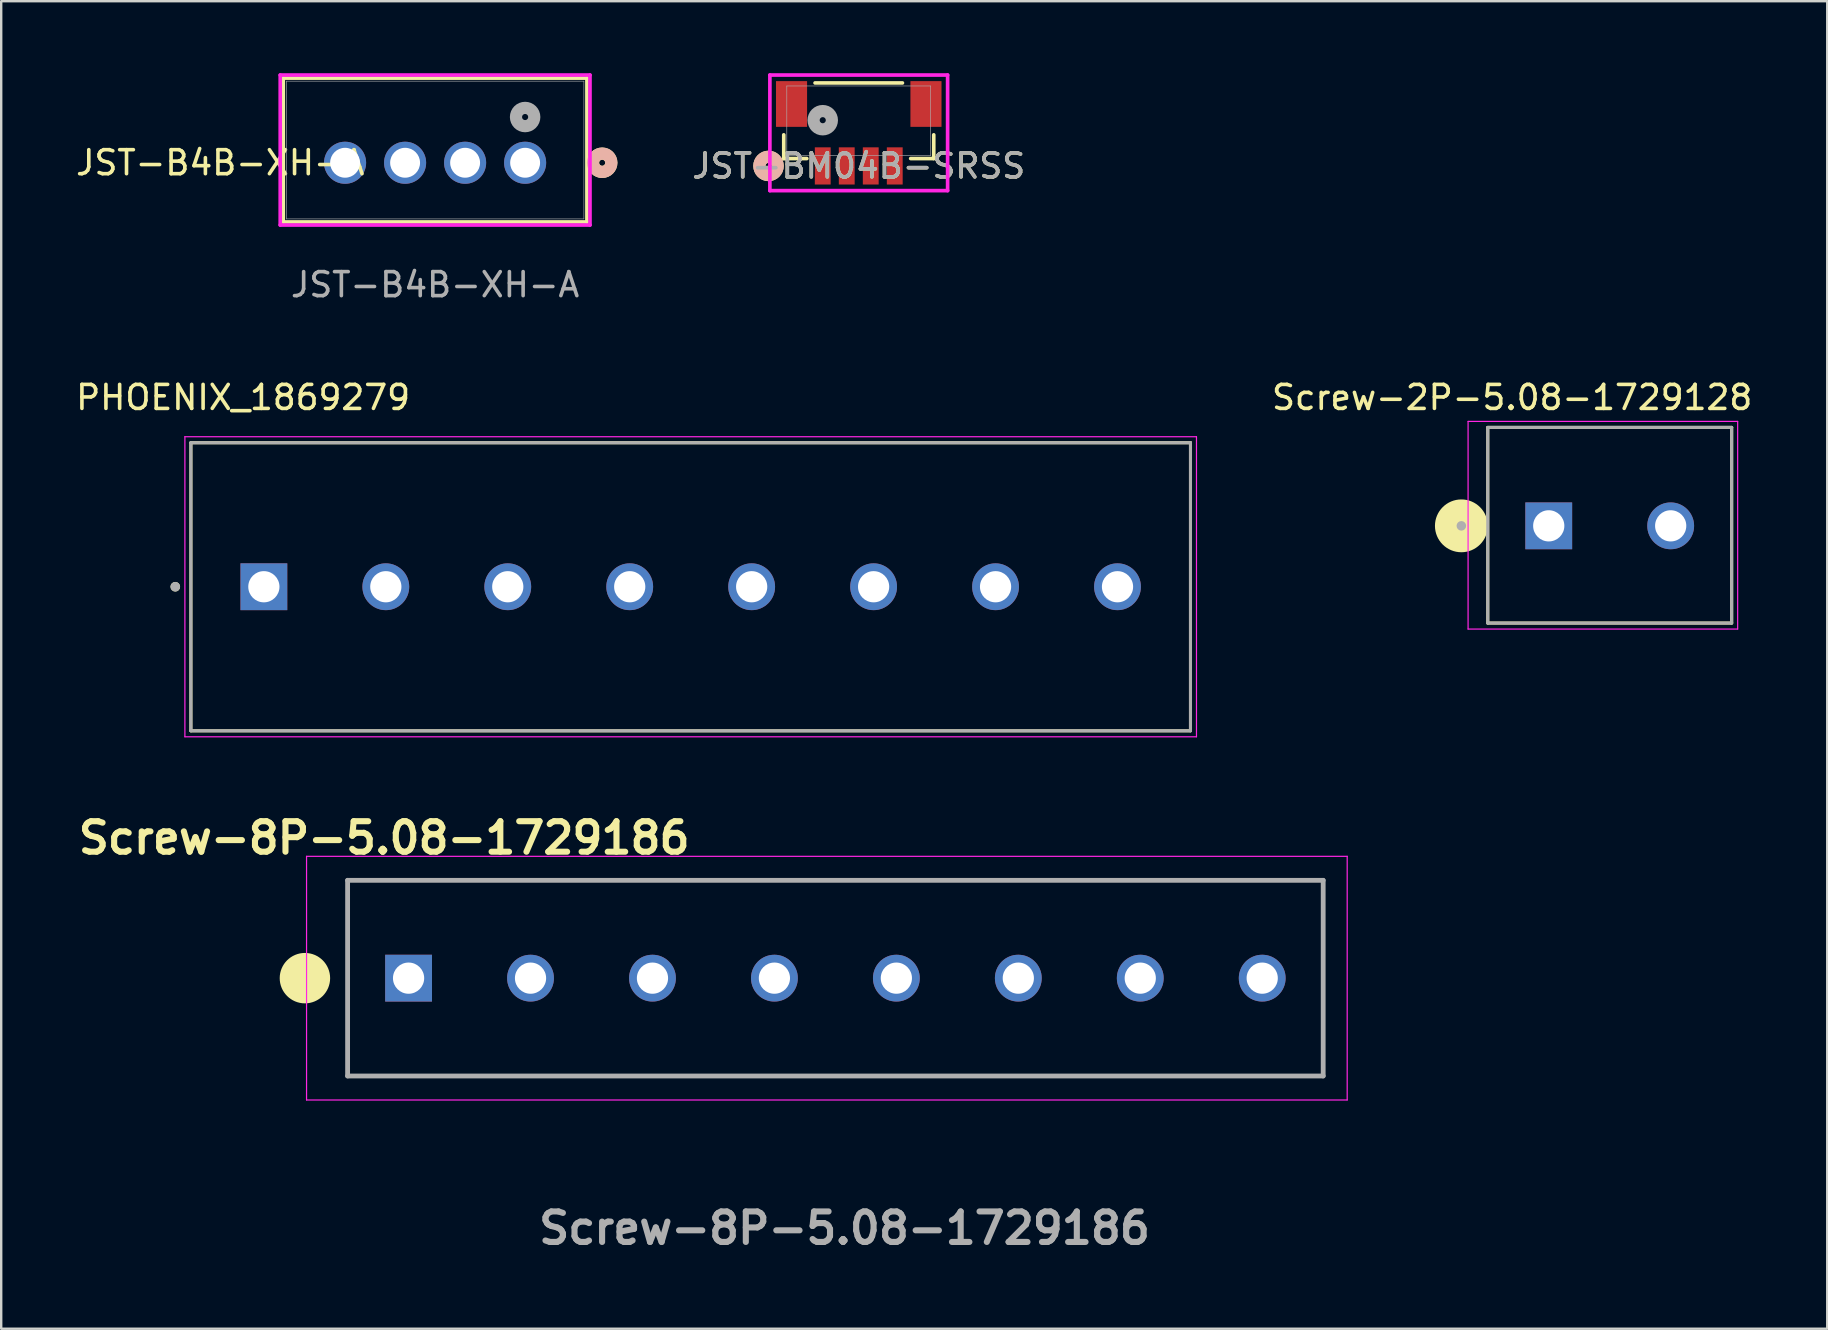
<source format=kicad_pcb>
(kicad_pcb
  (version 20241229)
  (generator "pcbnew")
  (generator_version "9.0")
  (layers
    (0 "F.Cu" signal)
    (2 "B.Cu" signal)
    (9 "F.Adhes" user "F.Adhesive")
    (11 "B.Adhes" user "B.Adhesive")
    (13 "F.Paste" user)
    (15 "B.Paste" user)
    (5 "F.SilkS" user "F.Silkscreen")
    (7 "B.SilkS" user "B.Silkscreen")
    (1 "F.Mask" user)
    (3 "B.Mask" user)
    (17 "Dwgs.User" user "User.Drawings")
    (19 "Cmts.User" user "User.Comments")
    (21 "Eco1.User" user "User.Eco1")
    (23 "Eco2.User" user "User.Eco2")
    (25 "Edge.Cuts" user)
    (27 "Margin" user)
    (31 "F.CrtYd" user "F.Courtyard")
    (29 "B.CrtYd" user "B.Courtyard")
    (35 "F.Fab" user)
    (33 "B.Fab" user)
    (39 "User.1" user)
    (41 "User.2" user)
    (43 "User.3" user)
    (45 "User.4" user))
  (footprint "JST-BM04B-SRSS"
    (layer "F.Cu")
    (at 32.723 1.98)
    (property "Reference" "JST-BM04B-SRSS" (at 0 1.882 0) (unlocked yes) (layer "F.SilkS") (effects (font (size 1 1) (thickness 0.15))))
    (attr smd)
    (fp_line (start -3.124 0.587) (end -3.124 1.575) (stroke (width 0.152) (type solid)) (layer "F.SilkS"))
    (fp_line (start -3.124 1.575) (end -2.163 1.575) (stroke (width 0.152) (type solid)) (layer "F.SilkS"))
    (fp_line (start 1.82 -1.575) (end -1.82 -1.575) (stroke (width 0.152) (type solid)) (layer "F.SilkS"))
    (fp_line (start 2.163 1.575) (end 3.124 1.575) (stroke (width 0.152) (type solid)) (layer "F.SilkS"))
    (fp_line (start 3.124 1.575) (end 3.124 0.587) (stroke (width 0.152) (type solid)) (layer "F.SilkS"))
    (fp_circle (center -3.759 1.882) (end -3.378 1.882) (stroke (width 0.508) (type solid)) (fill no) (layer "F.SilkS"))
    (fp_circle (center -3.759 1.882) (end -3.378 1.882) (stroke (width 0.508) (type solid)) (fill no) (layer "B.SilkS"))
    (fp_line (start -3.702 -1.904) (end -3.702 2.911) (stroke (width 0.152) (type solid)) (layer "F.CrtYd"))
    (fp_line (start -3.702 2.911) (end 3.702 2.911) (stroke (width 0.152) (type solid)) (layer "F.CrtYd"))
    (fp_line (start 3.702 -1.904) (end -3.702 -1.904) (stroke (width 0.152) (type solid)) (layer "F.CrtYd"))
    (fp_line (start 3.702 2.911) (end 3.702 -1.904) (stroke (width 0.152) (type solid)) (layer "F.CrtYd"))
    (fp_line (start -2.997 -1.448) (end -2.997 1.448) (stroke (width 0.025) (type solid)) (layer "F.Fab"))
    (fp_line (start -2.997 1.448) (end 2.997 1.448) (stroke (width 0.025) (type solid)) (layer "F.Fab"))
    (fp_line (start 2.997 -1.448) (end -2.997 -1.448) (stroke (width 0.025) (type solid)) (layer "F.Fab"))
    (fp_line (start 2.997 1.448) (end 2.997 -1.448) (stroke (width 0.025) (type solid)) (layer "F.Fab"))
    (fp_circle (center -1.5 -0.023) (end -1.119 -0.023) (stroke (width 0.508) (type solid)) (fill no) (layer "F.Fab"))
    (fp_text user "${REFERENCE}" (at 0 1.882 0) (unlocked yes) (layer "F.Fab") (effects (font (size 1 1) (thickness 0.15))))
    (pad "1" smd rect (at -1.5 1.882) (size 0.66 1.549) (layers "F.Cu" "F.Mask" "F.Paste"))
    (pad "2" smd rect (at -0.5 1.882) (size 0.66 1.549) (layers "F.Cu" "F.Mask" "F.Paste"))
    (pad "3" smd rect (at 0.5 1.882) (size 0.66 1.549) (layers "F.Cu" "F.Mask" "F.Paste"))
    (pad "4" smd rect (at 1.5 1.882) (size 0.66 1.549) (layers "F.Cu" "F.Mask" "F.Paste"))
    (pad "5" smd rect (at -2.8 -0.698) (size 1.295 1.905) (layers "F.Cu" "F.Mask" "F.Paste"))
    (pad "6" smd rect (at 2.8 -0.698) (size 1.295 1.905) (layers "F.Cu" "F.Mask" "F.Paste")))
  (footprint "Screw-2P-5.08-1729128"
    (layer "F.Cu")
    (at 58.926 22.905)
    (property "Reference" "Screw-2P-5.08-1729128" (at 1.016 -9.398 0) (layer "F.SilkS") (effects (font (size 1 1) (thickness 0.15))))
    (attr through_hole)
    (fp_line (start 0 -8.15) (end 0 0) (stroke (width 0.127) (type solid)) (layer "F.SilkS"))
    (fp_line (start 0 0) (end 10.16 0) (stroke (width 0.127) (type solid)) (layer "F.SilkS"))
    (fp_line (start 10.16 -8.15) (end 0 -8.15) (stroke (width 0.127) (type solid)) (layer "F.SilkS"))
    (fp_line (start 10.16 0) (end 10.16 -8.15) (stroke (width 0.127) (type solid)) (layer "F.SilkS"))
    (fp_circle (center -1.1 -4.05) (end -0.1 -4.05) (stroke (width 0.2) (type solid)) (fill yes) (layer "F.SilkS"))
    (fp_line (start -0.82 -8.4) (end -0.82 0.25) (stroke (width 0.05) (type solid)) (layer "F.CrtYd"))
    (fp_line (start -0.82 0.25) (end 10.41 0.25) (stroke (width 0.05) (type solid)) (layer "F.CrtYd"))
    (fp_line (start 10.41 -8.4) (end -0.82 -8.4) (stroke (width 0.05) (type solid)) (layer "F.CrtYd"))
    (fp_line (start 10.41 0.25) (end 10.41 -8.4) (stroke (width 0.05) (type solid)) (layer "F.CrtYd"))
    (fp_line (start 0 -8.15) (end 0 0) (stroke (width 0.127) (type solid)) (layer "F.Fab"))
    (fp_line (start 0 0) (end 10.16 0) (stroke (width 0.127) (type solid)) (layer "F.Fab"))
    (fp_line (start 10.16 -8.15) (end 0 -8.15) (stroke (width 0.127) (type solid)) (layer "F.Fab"))
    (fp_line (start 10.16 0) (end 10.16 -8.15) (stroke (width 0.127) (type solid)) (layer "F.Fab"))
    (fp_circle (center -1.1 -4.05) (end -1 -4.05) (stroke (width 0.2) (type solid)) (fill no) (layer "F.Fab"))
    (pad "1" thru_hole rect (at 2.54 -4.05) (size 1.95 1.95) (drill 1.3) (layers "*.Cu" "*.Mask"))
    (pad "2" thru_hole circle (at 7.62 -4.05) (size 1.95 1.95) (drill 1.3) (layers "*.Cu" "*.Mask")))
  (footprint "PHOENIX_1869279"
    (layer "F.Cu")
    (at 4.902 27.392)
    (property "Reference" "PHOENIX_1869279" (at 2.175 -13.885 0) (layer "F.SilkS") (effects (font (size 1 1) (thickness 0.15))))
    (attr through_hole)
    (fp_line (start 0 0) (end 0 -12) (stroke (width 0.127) (type solid)) (layer "F.SilkS"))
    (fp_line (start 41.64 -12) (end 0 -12) (stroke (width 0.127) (type solid)) (layer "F.SilkS"))
    (fp_line (start 41.64 -12) (end 41.64 0) (stroke (width 0.127) (type solid)) (layer "F.SilkS"))
    (fp_line (start 41.64 0) (end 0 0) (stroke (width 0.127) (type solid)) (layer "F.SilkS"))
    (fp_circle (center -0.65 -6) (end -0.55 -6) (stroke (width 0.2) (type solid)) (fill no) (layer "F.SilkS"))
    (fp_line (start -0.25 -12.25) (end 41.89 -12.25) (stroke (width 0.05) (type solid)) (layer "F.CrtYd"))
    (fp_line (start -0.25 0.25) (end -0.25 -12.25) (stroke (width 0.05) (type solid)) (layer "F.CrtYd"))
    (fp_line (start 41.89 -12.25) (end 41.89 0.25) (stroke (width 0.05) (type solid)) (layer "F.CrtYd"))
    (fp_line (start 41.89 0.25) (end -0.25 0.25) (stroke (width 0.05) (type solid)) (layer "F.CrtYd"))
    (fp_line (start 0 -12) (end 41.64 -12) (stroke (width 0.127) (type solid)) (layer "F.Fab"))
    (fp_line (start 0 0) (end 0 -12) (stroke (width 0.127) (type solid)) (layer "F.Fab"))
    (fp_line (start 41.64 -12) (end 41.64 0) (stroke (width 0.127) (type solid)) (layer "F.Fab"))
    (fp_line (start 41.64 0) (end 0 0) (stroke (width 0.127) (type solid)) (layer "F.Fab"))
    (fp_circle (center -0.65 -6) (end -0.55 -6) (stroke (width 0.2) (type solid)) (fill no) (layer "F.Fab"))
    (pad "01" thru_hole rect (at 3.04 -6) (size 1.95 1.95) (drill 1.3) (layers "*.Cu" "*.Mask"))
    (pad "02" thru_hole circle (at 8.12 -6) (size 1.95 1.95) (drill 1.3) (layers "*.Cu" "*.Mask"))
    (pad "03" thru_hole circle (at 13.2 -6) (size 1.95 1.95) (drill 1.3) (layers "*.Cu" "*.Mask"))
    (pad "04" thru_hole circle (at 18.28 -6) (size 1.95 1.95) (drill 1.3) (layers "*.Cu" "*.Mask"))
    (pad "05" thru_hole circle (at 23.36 -6) (size 1.95 1.95) (drill 1.3) (layers "*.Cu" "*.Mask"))
    (pad "06" thru_hole circle (at 28.44 -6) (size 1.95 1.95) (drill 1.3) (layers "*.Cu" "*.Mask"))
    (pad "07" thru_hole circle (at 33.52 -6) (size 1.95 1.95) (drill 1.3) (layers "*.Cu" "*.Mask"))
    (pad "08" thru_hole circle (at 38.6 -6) (size 1.95 1.95) (drill 1.3) (layers "*.Cu" "*.Mask")))
  (footprint "JST-B4B-XH-A"
    (layer "F.Cu")
    (at 18.825 3.73)
    (property "Reference" "JST-B4B-XH-A" (at -12.7 0 0) (unlocked yes) (layer "F.SilkS") (effects (font (size 1 1) (thickness 0.15))))
    (attr through_hole)
    (fp_line (start -10.075 -3.527) (end -10.075 2.467) (stroke (width 0.152) (type solid)) (layer "F.SilkS"))
    (fp_line (start -10.075 2.467) (end 2.575 2.467) (stroke (width 0.152) (type solid)) (layer "F.SilkS"))
    (fp_line (start 2.575 -3.527) (end -10.075 -3.527) (stroke (width 0.152) (type solid)) (layer "F.SilkS"))
    (fp_line (start 2.575 2.467) (end 2.575 -3.527) (stroke (width 0.152) (type solid)) (layer "F.SilkS"))
    (fp_circle (center 3.21 0) (end 3.591 0) (stroke (width 0.508) (type solid)) (fill no) (layer "F.SilkS"))
    (fp_circle (center 3.21 0) (end 3.591 0) (stroke (width 0.508) (type solid)) (fill no) (layer "B.SilkS"))
    (fp_line (start -10.202 -3.654) (end -10.202 2.594) (stroke (width 0.152) (type solid)) (layer "F.CrtYd"))
    (fp_line (start -10.202 2.594) (end 2.702 2.594) (stroke (width 0.152) (type solid)) (layer "F.CrtYd"))
    (fp_line (start 2.702 -3.654) (end -10.202 -3.654) (stroke (width 0.152) (type solid)) (layer "F.CrtYd"))
    (fp_line (start 2.702 2.594) (end 2.702 -3.654) (stroke (width 0.152) (type solid)) (layer "F.CrtYd"))
    (fp_line (start -9.948 -3.4) (end -9.948 2.34) (stroke (width 0.025) (type solid)) (layer "F.Fab"))
    (fp_line (start -9.948 2.34) (end 2.448 2.34) (stroke (width 0.025) (type solid)) (layer "F.Fab"))
    (fp_line (start 2.448 -3.4) (end -9.948 -3.4) (stroke (width 0.025) (type solid)) (layer "F.Fab"))
    (fp_line (start 2.448 2.34) (end 2.448 -3.4) (stroke (width 0.025) (type solid)) (layer "F.Fab"))
    (fp_circle (center 0 -1.905) (end 0.381 -1.905) (stroke (width 0.508) (type solid)) (fill no) (layer "F.Fab"))
    (fp_text user "${REFERENCE}" (at -3.75 5.08 0) (unlocked yes) (layer "F.Fab") (effects (font (size 1 1) (thickness 0.15))))
    (pad "1" thru_hole circle (at 0 0) (size 1.753 1.753) (drill 1.245) (layers "*.Cu" "*.Mask"))
    (pad "2" thru_hole circle (at -2.5 0) (size 1.753 1.753) (drill 1.245) (layers "*.Cu" "*.Mask"))
    (pad "3" thru_hole circle (at -5 0) (size 1.753 1.753) (drill 1.245) (layers "*.Cu" "*.Mask"))
    (pad "4" thru_hole circle (at -7.5 0) (size 1.753 1.753) (drill 1.245) (layers "*.Cu" "*.Mask")))
  (footprint "Screw-8P-5.08-1729186"
    (layer "F.Cu")
    (at 13.97 37.697)
    (property "Reference" "Screw-8P-5.08-1729186" (at -1.016 -5.842 0) (layer "F.SilkS") (effects (font (size 1.27 1.27) (thickness 0.254))))
    (attr through_hole)
    (fp_line (start -2.54 -4.075) (end 38.1 -4.075) (stroke (width 0.1) (type solid)) (layer "F.SilkS"))
    (fp_line (start -2.54 4.075) (end -2.54 -4.075) (stroke (width 0.1) (type solid)) (layer "F.SilkS"))
    (fp_line (start 38.1 -4.075) (end 38.1 4.075) (stroke (width 0.1) (type solid)) (layer "F.SilkS"))
    (fp_line (start 38.1 4.075) (end -2.54 4.075) (stroke (width 0.1) (type solid)) (layer "F.SilkS"))
    (fp_circle (center -4.318 0) (end -3.318 0) (stroke (width 0.1) (type solid)) (fill yes) (layer "F.SilkS"))
    (fp_line (start -4.25 -5.075) (end 39.1 -5.075) (stroke (width 0.05) (type solid)) (layer "F.CrtYd"))
    (fp_line (start -4.25 5.075) (end -4.25 -5.075) (stroke (width 0.05) (type solid)) (layer "F.CrtYd"))
    (fp_line (start 39.1 -5.075) (end 39.1 5.075) (stroke (width 0.05) (type solid)) (layer "F.CrtYd"))
    (fp_line (start 39.1 5.075) (end -4.25 5.075) (stroke (width 0.05) (type solid)) (layer "F.CrtYd"))
    (fp_line (start -2.54 -4.075) (end 38.1 -4.075) (stroke (width 0.2) (type solid)) (layer "F.Fab"))
    (fp_line (start -2.54 4.075) (end -2.54 -4.075) (stroke (width 0.2) (type solid)) (layer "F.Fab"))
    (fp_line (start 38.1 -4.075) (end 38.1 4.075) (stroke (width 0.2) (type solid)) (layer "F.Fab"))
    (fp_line (start 38.1 4.075) (end -2.54 4.075) (stroke (width 0.2) (type solid)) (layer "F.Fab"))
    (fp_text user "${REFERENCE}" (at 18.161 10.414 0) (layer "F.Fab") (effects (font (size 1.27 1.27) (thickness 0.254))))
    (pad "1" thru_hole rect (at 0 0) (size 1.95 1.95) (drill 1.3) (layers "*.Cu" "*.Mask"))
    (pad "2" thru_hole circle (at 5.08 0) (size 1.95 1.95) (drill 1.3) (layers "*.Cu" "*.Mask"))
    (pad "3" thru_hole circle (at 10.16 0) (size 1.95 1.95) (drill 1.3) (layers "*.Cu" "*.Mask"))
    (pad "4" thru_hole circle (at 15.24 0) (size 1.95 1.95) (drill 1.3) (layers "*.Cu" "*.Mask"))
    (pad "5" thru_hole circle (at 20.32 0) (size 1.95 1.95) (drill 1.3) (layers "*.Cu" "*.Mask"))
    (pad "6" thru_hole circle (at 25.4 0) (size 1.95 1.95) (drill 1.3) (layers "*.Cu" "*.Mask"))
    (pad "7" thru_hole circle (at 30.48 0) (size 1.95 1.95) (drill 1.3) (layers "*.Cu" "*.Mask"))
    (pad "8" thru_hole circle (at 35.56 0) (size 1.95 1.95) (drill 1.3) (layers "*.Cu" "*.Mask")))
  (gr_rect
    (start -3 -3)
    (end 73.067 52.3)
    (stroke (width 0.1) (type default))
    (fill no)
    (layer "Edge.Cuts")))
</source>
